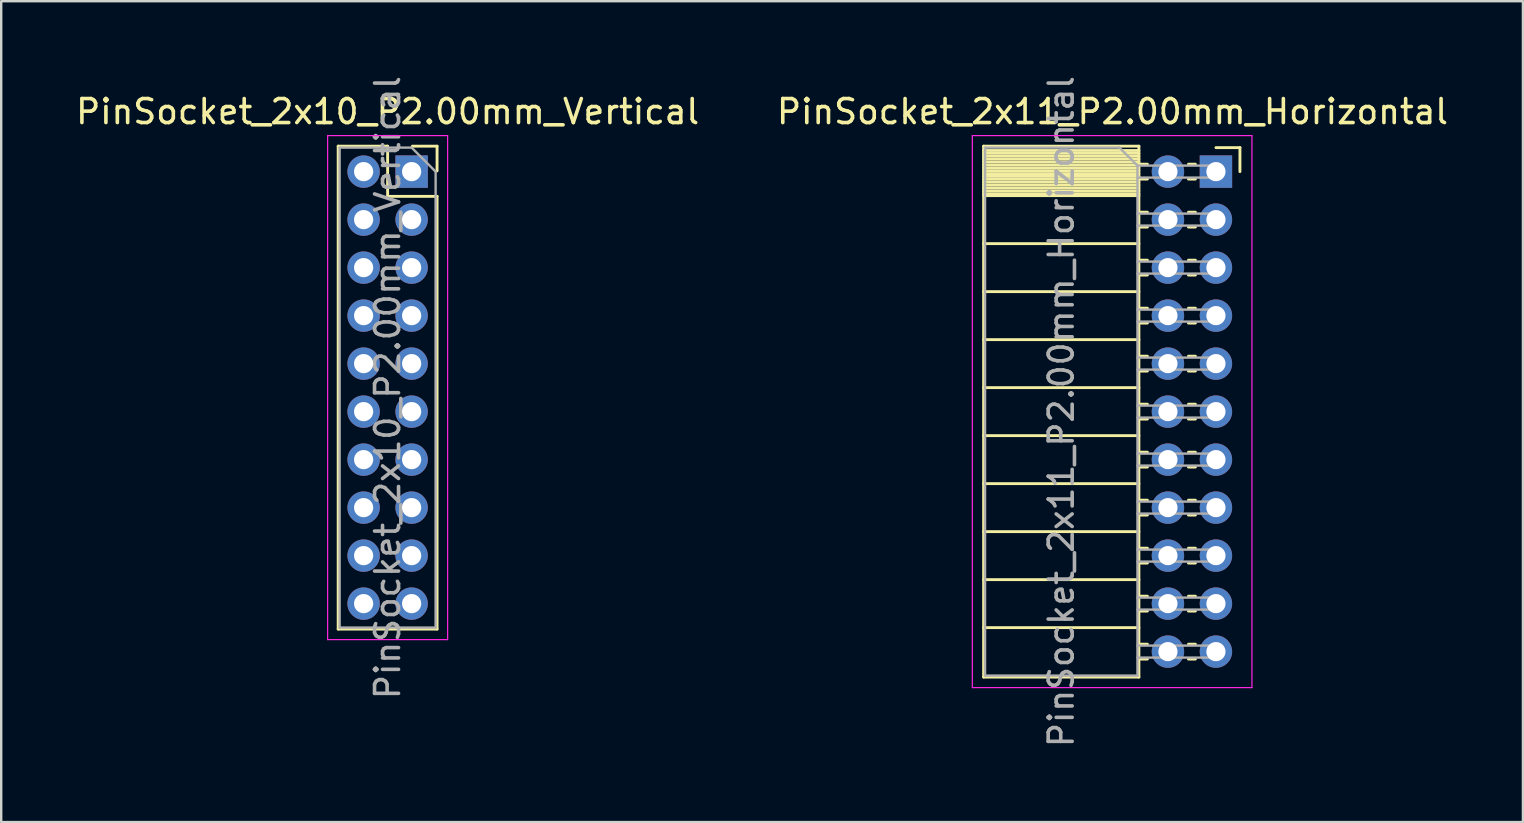
<source format=kicad_pcb>
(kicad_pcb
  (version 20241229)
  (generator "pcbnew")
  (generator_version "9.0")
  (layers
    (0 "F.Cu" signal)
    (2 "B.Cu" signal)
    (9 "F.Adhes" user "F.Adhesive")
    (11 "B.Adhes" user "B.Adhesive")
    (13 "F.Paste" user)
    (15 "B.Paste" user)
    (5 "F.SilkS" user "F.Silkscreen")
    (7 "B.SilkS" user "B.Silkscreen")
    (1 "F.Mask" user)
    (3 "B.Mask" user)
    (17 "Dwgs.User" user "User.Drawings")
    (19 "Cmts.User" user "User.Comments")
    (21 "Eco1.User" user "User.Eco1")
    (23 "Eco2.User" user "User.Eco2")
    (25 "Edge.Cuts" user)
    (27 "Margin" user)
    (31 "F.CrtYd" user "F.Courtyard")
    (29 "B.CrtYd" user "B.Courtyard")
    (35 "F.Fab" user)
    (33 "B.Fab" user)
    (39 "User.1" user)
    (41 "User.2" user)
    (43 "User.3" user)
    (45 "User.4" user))
  (footprint "PinSocket_2x11_P2.00mm_Horizontal"
    (layer "F.Cu")
    (at 47.614 4.101)
    (property "Reference" "PinSocket_2x11_P2.00mm_Horizontal" (at -4.31 -2.5 0) (layer "F.SilkS") (effects (font (size 1 1) (thickness 0.15))))
    (attr through_hole)
    (fp_line (start -9.68 -1.06) (end -3.21 -1.06) (stroke (width 0.12) (type solid)) (layer "F.SilkS"))
    (fp_line (start -9.68 -0.88) (end -3.21 -0.88) (stroke (width 0.12) (type solid)) (layer "F.SilkS"))
    (fp_line (start -9.68 -0.76) (end -3.21 -0.76) (stroke (width 0.12) (type solid)) (layer "F.SilkS"))
    (fp_line (start -9.68 -0.64) (end -3.21 -0.64) (stroke (width 0.12) (type solid)) (layer "F.SilkS"))
    (fp_line (start -9.68 -0.52) (end -3.21 -0.52) (stroke (width 0.12) (type solid)) (layer "F.SilkS"))
    (fp_line (start -9.68 -0.4) (end -3.21 -0.4) (stroke (width 0.12) (type solid)) (layer "F.SilkS"))
    (fp_line (start -9.68 -0.28) (end -3.21 -0.28) (stroke (width 0.12) (type solid)) (layer "F.SilkS"))
    (fp_line (start -9.68 -0.16) (end -3.21 -0.16) (stroke (width 0.12) (type solid)) (layer "F.SilkS"))
    (fp_line (start -9.68 -0.04) (end -3.21 -0.04) (stroke (width 0.12) (type solid)) (layer "F.SilkS"))
    (fp_line (start -9.68 0.08) (end -3.21 0.08) (stroke (width 0.12) (type solid)) (layer "F.SilkS"))
    (fp_line (start -9.68 0.2) (end -3.21 0.2) (stroke (width 0.12) (type solid)) (layer "F.SilkS"))
    (fp_line (start -9.68 0.32) (end -3.21 0.32) (stroke (width 0.12) (type solid)) (layer "F.SilkS"))
    (fp_line (start -9.68 0.44) (end -3.21 0.44) (stroke (width 0.12) (type solid)) (layer "F.SilkS"))
    (fp_line (start -9.68 0.56) (end -3.21 0.56) (stroke (width 0.12) (type solid)) (layer "F.SilkS"))
    (fp_line (start -9.68 0.68) (end -3.21 0.68) (stroke (width 0.12) (type solid)) (layer "F.SilkS"))
    (fp_line (start -9.68 0.8) (end -3.21 0.8) (stroke (width 0.12) (type solid)) (layer "F.SilkS"))
    (fp_line (start -9.68 0.92) (end -3.21 0.92) (stroke (width 0.12) (type solid)) (layer "F.SilkS"))
    (fp_line (start -9.68 1) (end -3.21 1) (stroke (width 0.12) (type solid)) (layer "F.SilkS"))
    (fp_line (start -9.68 3) (end -3.21 3) (stroke (width 0.12) (type solid)) (layer "F.SilkS"))
    (fp_line (start -9.68 5) (end -3.21 5) (stroke (width 0.12) (type solid)) (layer "F.SilkS"))
    (fp_line (start -9.68 7) (end -3.21 7) (stroke (width 0.12) (type solid)) (layer "F.SilkS"))
    (fp_line (start -9.68 9) (end -3.21 9) (stroke (width 0.12) (type solid)) (layer "F.SilkS"))
    (fp_line (start -9.68 11) (end -3.21 11) (stroke (width 0.12) (type solid)) (layer "F.SilkS"))
    (fp_line (start -9.68 13) (end -3.21 13) (stroke (width 0.12) (type solid)) (layer "F.SilkS"))
    (fp_line (start -9.68 15) (end -3.21 15) (stroke (width 0.12) (type solid)) (layer "F.SilkS"))
    (fp_line (start -9.68 17) (end -3.21 17) (stroke (width 0.12) (type solid)) (layer "F.SilkS"))
    (fp_line (start -9.68 19) (end -3.21 19) (stroke (width 0.12) (type solid)) (layer "F.SilkS"))
    (fp_line (start -9.68 21.06) (end -9.68 -1.06) (stroke (width 0.12) (type solid)) (layer "F.SilkS"))
    (fp_line (start -3.21 -1.06) (end -3.21 21.06) (stroke (width 0.12) (type solid)) (layer "F.SilkS"))
    (fp_line (start -3.21 -0.31) (end -2.855 -0.31) (stroke (width 0.12) (type solid)) (layer "F.SilkS"))
    (fp_line (start -3.21 1.69) (end -2.855 1.69) (stroke (width 0.12) (type solid)) (layer "F.SilkS"))
    (fp_line (start -3.21 3.69) (end -2.855 3.69) (stroke (width 0.12) (type solid)) (layer "F.SilkS"))
    (fp_line (start -3.21 5.69) (end -2.855 5.69) (stroke (width 0.12) (type solid)) (layer "F.SilkS"))
    (fp_line (start -3.21 7.69) (end -2.855 7.69) (stroke (width 0.12) (type solid)) (layer "F.SilkS"))
    (fp_line (start -3.21 9.69) (end -2.855 9.69) (stroke (width 0.12) (type solid)) (layer "F.SilkS"))
    (fp_line (start -3.21 11.69) (end -2.855 11.69) (stroke (width 0.12) (type solid)) (layer "F.SilkS"))
    (fp_line (start -3.21 13.69) (end -2.855 13.69) (stroke (width 0.12) (type solid)) (layer "F.SilkS"))
    (fp_line (start -3.21 15.69) (end -2.855 15.69) (stroke (width 0.12) (type solid)) (layer "F.SilkS"))
    (fp_line (start -3.21 17.69) (end -2.855 17.69) (stroke (width 0.12) (type solid)) (layer "F.SilkS"))
    (fp_line (start -3.21 19.69) (end -2.855 19.69) (stroke (width 0.12) (type solid)) (layer "F.SilkS"))
    (fp_line (start -3.21 21.06) (end -9.68 21.06) (stroke (width 0.12) (type solid)) (layer "F.SilkS"))
    (fp_line (start -2.855 0.31) (end -3.21 0.31) (stroke (width 0.12) (type solid)) (layer "F.SilkS"))
    (fp_line (start -2.855 2.31) (end -3.21 2.31) (stroke (width 0.12) (type solid)) (layer "F.SilkS"))
    (fp_line (start -2.855 4.31) (end -3.21 4.31) (stroke (width 0.12) (type solid)) (layer "F.SilkS"))
    (fp_line (start -2.855 6.31) (end -3.21 6.31) (stroke (width 0.12) (type solid)) (layer "F.SilkS"))
    (fp_line (start -2.855 8.31) (end -3.21 8.31) (stroke (width 0.12) (type solid)) (layer "F.SilkS"))
    (fp_line (start -2.855 10.31) (end -3.21 10.31) (stroke (width 0.12) (type solid)) (layer "F.SilkS"))
    (fp_line (start -2.855 12.31) (end -3.21 12.31) (stroke (width 0.12) (type solid)) (layer "F.SilkS"))
    (fp_line (start -2.855 14.31) (end -3.21 14.31) (stroke (width 0.12) (type solid)) (layer "F.SilkS"))
    (fp_line (start -2.855 16.31) (end -3.21 16.31) (stroke (width 0.12) (type solid)) (layer "F.SilkS"))
    (fp_line (start -2.855 18.31) (end -3.21 18.31) (stroke (width 0.12) (type solid)) (layer "F.SilkS"))
    (fp_line (start -2.855 20.31) (end -3.21 20.31) (stroke (width 0.12) (type solid)) (layer "F.SilkS"))
    (fp_line (start -1.145 0.31) (end -0.855 0.31) (stroke (width 0.12) (type solid)) (layer "F.SilkS"))
    (fp_line (start -1.145 2.31) (end -0.855 2.31) (stroke (width 0.12) (type solid)) (layer "F.SilkS"))
    (fp_line (start -1.145 4.31) (end -0.855 4.31) (stroke (width 0.12) (type solid)) (layer "F.SilkS"))
    (fp_line (start -1.145 6.31) (end -0.855 6.31) (stroke (width 0.12) (type solid)) (layer "F.SilkS"))
    (fp_line (start -1.145 8.31) (end -0.855 8.31) (stroke (width 0.12) (type solid)) (layer "F.SilkS"))
    (fp_line (start -1.145 10.31) (end -0.855 10.31) (stroke (width 0.12) (type solid)) (layer "F.SilkS"))
    (fp_line (start -1.145 12.31) (end -0.855 12.31) (stroke (width 0.12) (type solid)) (layer "F.SilkS"))
    (fp_line (start -1.145 14.31) (end -0.855 14.31) (stroke (width 0.12) (type solid)) (layer "F.SilkS"))
    (fp_line (start -1.145 16.31) (end -0.855 16.31) (stroke (width 0.12) (type solid)) (layer "F.SilkS"))
    (fp_line (start -1.145 18.31) (end -0.855 18.31) (stroke (width 0.12) (type solid)) (layer "F.SilkS"))
    (fp_line (start -1.145 20.31) (end -0.855 20.31) (stroke (width 0.12) (type solid)) (layer "F.SilkS"))
    (fp_line (start -0.855 -0.31) (end -1.145 -0.31) (stroke (width 0.12) (type solid)) (layer "F.SilkS"))
    (fp_line (start -0.855 1.69) (end -1.145 1.69) (stroke (width 0.12) (type solid)) (layer "F.SilkS"))
    (fp_line (start -0.855 3.69) (end -1.145 3.69) (stroke (width 0.12) (type solid)) (layer "F.SilkS"))
    (fp_line (start -0.855 5.69) (end -1.145 5.69) (stroke (width 0.12) (type solid)) (layer "F.SilkS"))
    (fp_line (start -0.855 7.69) (end -1.145 7.69) (stroke (width 0.12) (type solid)) (layer "F.SilkS"))
    (fp_line (start -0.855 9.69) (end -1.145 9.69) (stroke (width 0.12) (type solid)) (layer "F.SilkS"))
    (fp_line (start -0.855 11.69) (end -1.145 11.69) (stroke (width 0.12) (type solid)) (layer "F.SilkS"))
    (fp_line (start -0.855 13.69) (end -1.145 13.69) (stroke (width 0.12) (type solid)) (layer "F.SilkS"))
    (fp_line (start -0.855 15.69) (end -1.145 15.69) (stroke (width 0.12) (type solid)) (layer "F.SilkS"))
    (fp_line (start -0.855 17.69) (end -1.145 17.69) (stroke (width 0.12) (type solid)) (layer "F.SilkS"))
    (fp_line (start -0.855 19.69) (end -1.145 19.69) (stroke (width 0.12) (type solid)) (layer "F.SilkS"))
    (fp_line (start 0 -1) (end 1 -1) (stroke (width 0.12) (type solid)) (layer "F.SilkS"))
    (fp_line (start 1 -1) (end 1 0) (stroke (width 0.12) (type solid)) (layer "F.SilkS"))
    (fp_line (start -10.15 -1.5) (end -10.15 21.5) (stroke (width 0.05) (type solid)) (layer "F.CrtYd"))
    (fp_line (start -10.15 21.5) (end 1.5 21.5) (stroke (width 0.05) (type solid)) (layer "F.CrtYd"))
    (fp_line (start 1.5 -1.5) (end -10.15 -1.5) (stroke (width 0.05) (type solid)) (layer "F.CrtYd"))
    (fp_line (start 1.5 21.5) (end 1.5 -1.5) (stroke (width 0.05) (type solid)) (layer "F.CrtYd"))
    (fp_line (start -9.62 -1) (end -4.02 -1) (stroke (width 0.1) (type solid)) (layer "F.Fab"))
    (fp_line (start -9.62 21) (end -9.62 -1) (stroke (width 0.1) (type solid)) (layer "F.Fab"))
    (fp_line (start -4.02 -1) (end -3.27 -0.25) (stroke (width 0.1) (type solid)) (layer "F.Fab"))
    (fp_line (start -3.27 -0.25) (end -3.27 21) (stroke (width 0.1) (type solid)) (layer "F.Fab"))
    (fp_line (start -3.27 0.25) (end 0 0.25) (stroke (width 0.1) (type solid)) (layer "F.Fab"))
    (fp_line (start -3.27 2.25) (end 0 2.25) (stroke (width 0.1) (type solid)) (layer "F.Fab"))
    (fp_line (start -3.27 4.25) (end 0 4.25) (stroke (width 0.1) (type solid)) (layer "F.Fab"))
    (fp_line (start -3.27 6.25) (end 0 6.25) (stroke (width 0.1) (type solid)) (layer "F.Fab"))
    (fp_line (start -3.27 8.25) (end 0 8.25) (stroke (width 0.1) (type solid)) (layer "F.Fab"))
    (fp_line (start -3.27 10.25) (end 0 10.25) (stroke (width 0.1) (type solid)) (layer "F.Fab"))
    (fp_line (start -3.27 12.25) (end 0 12.25) (stroke (width 0.1) (type solid)) (layer "F.Fab"))
    (fp_line (start -3.27 14.25) (end 0 14.25) (stroke (width 0.1) (type solid)) (layer "F.Fab"))
    (fp_line (start -3.27 16.25) (end 0 16.25) (stroke (width 0.1) (type solid)) (layer "F.Fab"))
    (fp_line (start -3.27 18.25) (end 0 18.25) (stroke (width 0.1) (type solid)) (layer "F.Fab"))
    (fp_line (start -3.27 20.25) (end 0 20.25) (stroke (width 0.1) (type solid)) (layer "F.Fab"))
    (fp_line (start -3.27 21) (end -9.62 21) (stroke (width 0.1) (type solid)) (layer "F.Fab"))
    (fp_line (start 0 -0.25) (end -3.27 -0.25) (stroke (width 0.1) (type solid)) (layer "F.Fab"))
    (fp_line (start 0 0.25) (end 0 -0.25) (stroke (width 0.1) (type solid)) (layer "F.Fab"))
    (fp_line (start 0 1.75) (end -3.27 1.75) (stroke (width 0.1) (type solid)) (layer "F.Fab"))
    (fp_line (start 0 2.25) (end 0 1.75) (stroke (width 0.1) (type solid)) (layer "F.Fab"))
    (fp_line (start 0 3.75) (end -3.27 3.75) (stroke (width 0.1) (type solid)) (layer "F.Fab"))
    (fp_line (start 0 4.25) (end 0 3.75) (stroke (width 0.1) (type solid)) (layer "F.Fab"))
    (fp_line (start 0 5.75) (end -3.27 5.75) (stroke (width 0.1) (type solid)) (layer "F.Fab"))
    (fp_line (start 0 6.25) (end 0 5.75) (stroke (width 0.1) (type solid)) (layer "F.Fab"))
    (fp_line (start 0 7.75) (end -3.27 7.75) (stroke (width 0.1) (type solid)) (layer "F.Fab"))
    (fp_line (start 0 8.25) (end 0 7.75) (stroke (width 0.1) (type solid)) (layer "F.Fab"))
    (fp_line (start 0 9.75) (end -3.27 9.75) (stroke (width 0.1) (type solid)) (layer "F.Fab"))
    (fp_line (start 0 10.25) (end 0 9.75) (stroke (width 0.1) (type solid)) (layer "F.Fab"))
    (fp_line (start 0 11.75) (end -3.27 11.75) (stroke (width 0.1) (type solid)) (layer "F.Fab"))
    (fp_line (start 0 12.25) (end 0 11.75) (stroke (width 0.1) (type solid)) (layer "F.Fab"))
    (fp_line (start 0 13.75) (end -3.27 13.75) (stroke (width 0.1) (type solid)) (layer "F.Fab"))
    (fp_line (start 0 14.25) (end 0 13.75) (stroke (width 0.1) (type solid)) (layer "F.Fab"))
    (fp_line (start 0 15.75) (end -3.27 15.75) (stroke (width 0.1) (type solid)) (layer "F.Fab"))
    (fp_line (start 0 16.25) (end 0 15.75) (stroke (width 0.1) (type solid)) (layer "F.Fab"))
    (fp_line (start 0 17.75) (end -3.27 17.75) (stroke (width 0.1) (type solid)) (layer "F.Fab"))
    (fp_line (start 0 18.25) (end 0 17.75) (stroke (width 0.1) (type solid)) (layer "F.Fab"))
    (fp_line (start 0 19.75) (end -3.27 19.75) (stroke (width 0.1) (type solid)) (layer "F.Fab"))
    (fp_line (start 0 20.25) (end 0 19.75) (stroke (width 0.1) (type solid)) (layer "F.Fab"))
    (fp_text user "${REFERENCE}" (at -6.445 10 90) (layer "F.Fab") (effects (font (size 1 1) (thickness 0.15))))
    (pad "1" thru_hole rect (at 0 0) (size 1.35 1.35) (drill 0.8) (layers "*.Cu" "*.Mask"))
    (pad "2" thru_hole oval (at -2 0) (size 1.35 1.35) (drill 0.8) (layers "*.Cu" "*.Mask"))
    (pad "3" thru_hole oval (at 0 2) (size 1.35 1.35) (drill 0.8) (layers "*.Cu" "*.Mask"))
    (pad "4" thru_hole oval (at -2 2) (size 1.35 1.35) (drill 0.8) (layers "*.Cu" "*.Mask"))
    (pad "5" thru_hole oval (at 0 4) (size 1.35 1.35) (drill 0.8) (layers "*.Cu" "*.Mask"))
    (pad "6" thru_hole oval (at -2 4) (size 1.35 1.35) (drill 0.8) (layers "*.Cu" "*.Mask"))
    (pad "7" thru_hole oval (at 0 6) (size 1.35 1.35) (drill 0.8) (layers "*.Cu" "*.Mask"))
    (pad "8" thru_hole oval (at -2 6) (size 1.35 1.35) (drill 0.8) (layers "*.Cu" "*.Mask"))
    (pad "9" thru_hole oval (at 0 8) (size 1.35 1.35) (drill 0.8) (layers "*.Cu" "*.Mask"))
    (pad "10" thru_hole oval (at -2 8) (size 1.35 1.35) (drill 0.8) (layers "*.Cu" "*.Mask"))
    (pad "11" thru_hole oval (at 0 10) (size 1.35 1.35) (drill 0.8) (layers "*.Cu" "*.Mask"))
    (pad "12" thru_hole oval (at -2 10) (size 1.35 1.35) (drill 0.8) (layers "*.Cu" "*.Mask"))
    (pad "13" thru_hole oval (at 0 12) (size 1.35 1.35) (drill 0.8) (layers "*.Cu" "*.Mask"))
    (pad "14" thru_hole oval (at -2 12) (size 1.35 1.35) (drill 0.8) (layers "*.Cu" "*.Mask"))
    (pad "15" thru_hole oval (at 0 14) (size 1.35 1.35) (drill 0.8) (layers "*.Cu" "*.Mask"))
    (pad "16" thru_hole oval (at -2 14) (size 1.35 1.35) (drill 0.8) (layers "*.Cu" "*.Mask"))
    (pad "17" thru_hole oval (at 0 16) (size 1.35 1.35) (drill 0.8) (layers "*.Cu" "*.Mask"))
    (pad "18" thru_hole oval (at -2 16) (size 1.35 1.35) (drill 0.8) (layers "*.Cu" "*.Mask"))
    (pad "19" thru_hole oval (at 0 18) (size 1.35 1.35) (drill 0.8) (layers "*.Cu" "*.Mask"))
    (pad "20" thru_hole oval (at -2 18) (size 1.35 1.35) (drill 0.8) (layers "*.Cu" "*.Mask"))
    (pad "21" thru_hole oval (at 0 20) (size 1.35 1.35) (drill 0.8) (layers "*.Cu" "*.Mask"))
    (pad "22" thru_hole oval (at -2 20) (size 1.35 1.35) (drill 0.8) (layers "*.Cu" "*.Mask")))
  (footprint "PinSocket_2x10_P2.00mm_Vertical"
    (layer "F.Cu")
    (at 14.101 4.101)
    (property "Reference" "PinSocket_2x10_P2.00mm_Vertical" (at -1 -2.5 0) (layer "F.SilkS") (effects (font (size 1 1) (thickness 0.15))))
    (attr through_hole)
    (fp_line (start -3.06 -1.06) (end -3.06 19.06) (stroke (width 0.12) (type solid)) (layer "F.SilkS"))
    (fp_line (start -3.06 19.06) (end 1.06 19.06) (stroke (width 0.12) (type solid)) (layer "F.SilkS"))
    (fp_line (start -1 -1.06) (end -3.06 -1.06) (stroke (width 0.12) (type solid)) (layer "F.SilkS"))
    (fp_line (start -1 1.03) (end -1 -1.06) (stroke (width 0.12) (type solid)) (layer "F.SilkS"))
    (fp_line (start 1.06 -1.06) (end 0.03 -1.06) (stroke (width 0.12) (type solid)) (layer "F.SilkS"))
    (fp_line (start 1.06 -0.03) (end 1.06 -1.06) (stroke (width 0.12) (type solid)) (layer "F.SilkS"))
    (fp_line (start 1.06 1.03) (end -1 1.03) (stroke (width 0.12) (type solid)) (layer "F.SilkS"))
    (fp_line (start 1.06 19.06) (end 1.06 1.03) (stroke (width 0.12) (type solid)) (layer "F.SilkS"))
    (fp_line (start -3.5 -1.5) (end 1.5 -1.5) (stroke (width 0.05) (type solid)) (layer "F.CrtYd"))
    (fp_line (start -3.5 19.5) (end -3.5 -1.5) (stroke (width 0.05) (type solid)) (layer "F.CrtYd"))
    (fp_line (start 1.5 -1.5) (end 1.5 19.5) (stroke (width 0.05) (type solid)) (layer "F.CrtYd"))
    (fp_line (start 1.5 19.5) (end -3.5 19.5) (stroke (width 0.05) (type solid)) (layer "F.CrtYd"))
    (fp_line (start -3 -1) (end 0 -1) (stroke (width 0.1) (type solid)) (layer "F.Fab"))
    (fp_line (start -3 19) (end -3 -1) (stroke (width 0.1) (type solid)) (layer "F.Fab"))
    (fp_line (start 0 -1) (end 1 0) (stroke (width 0.1) (type solid)) (layer "F.Fab"))
    (fp_line (start 1 0) (end 1 19) (stroke (width 0.1) (type solid)) (layer "F.Fab"))
    (fp_line (start 1 19) (end -3 19) (stroke (width 0.1) (type solid)) (layer "F.Fab"))
    (fp_text user "${REFERENCE}" (at -1 9 90) (layer "F.Fab") (effects (font (size 1 1) (thickness 0.15))))
    (pad "1" thru_hole rect (at 0 0) (size 1.35 1.35) (drill 0.8) (layers "*.Cu" "*.Mask"))
    (pad "2" thru_hole oval (at -2 0) (size 1.35 1.35) (drill 0.8) (layers "*.Cu" "*.Mask"))
    (pad "3" thru_hole oval (at 0 2) (size 1.35 1.35) (drill 0.8) (layers "*.Cu" "*.Mask"))
    (pad "4" thru_hole oval (at -2 2) (size 1.35 1.35) (drill 0.8) (layers "*.Cu" "*.Mask"))
    (pad "5" thru_hole oval (at 0 4) (size 1.35 1.35) (drill 0.8) (layers "*.Cu" "*.Mask"))
    (pad "6" thru_hole oval (at -2 4) (size 1.35 1.35) (drill 0.8) (layers "*.Cu" "*.Mask"))
    (pad "7" thru_hole oval (at 0 6) (size 1.35 1.35) (drill 0.8) (layers "*.Cu" "*.Mask"))
    (pad "8" thru_hole oval (at -2 6) (size 1.35 1.35) (drill 0.8) (layers "*.Cu" "*.Mask"))
    (pad "9" thru_hole oval (at 0 8) (size 1.35 1.35) (drill 0.8) (layers "*.Cu" "*.Mask"))
    (pad "10" thru_hole oval (at -2 8) (size 1.35 1.35) (drill 0.8) (layers "*.Cu" "*.Mask"))
    (pad "11" thru_hole oval (at 0 10) (size 1.35 1.35) (drill 0.8) (layers "*.Cu" "*.Mask"))
    (pad "12" thru_hole oval (at -2 10) (size 1.35 1.35) (drill 0.8) (layers "*.Cu" "*.Mask"))
    (pad "13" thru_hole oval (at 0 12) (size 1.35 1.35) (drill 0.8) (layers "*.Cu" "*.Mask"))
    (pad "14" thru_hole oval (at -2 12) (size 1.35 1.35) (drill 0.8) (layers "*.Cu" "*.Mask"))
    (pad "15" thru_hole oval (at 0 14) (size 1.35 1.35) (drill 0.8) (layers "*.Cu" "*.Mask"))
    (pad "16" thru_hole oval (at -2 14) (size 1.35 1.35) (drill 0.8) (layers "*.Cu" "*.Mask"))
    (pad "17" thru_hole oval (at 0 16) (size 1.35 1.35) (drill 0.8) (layers "*.Cu" "*.Mask"))
    (pad "18" thru_hole oval (at -2 16) (size 1.35 1.35) (drill 0.8) (layers "*.Cu" "*.Mask"))
    (pad "19" thru_hole oval (at 0 18) (size 1.35 1.35) (drill 0.8) (layers "*.Cu" "*.Mask"))
    (pad "20" thru_hole oval (at -2 18) (size 1.35 1.35) (drill 0.8) (layers "*.Cu" "*.Mask")))
  (gr_rect
    (start -3 -3)
    (end 60.405 31.202)
    (stroke (width 0.1) (type default))
    (fill no)
    (layer "Edge.Cuts")))
</source>
